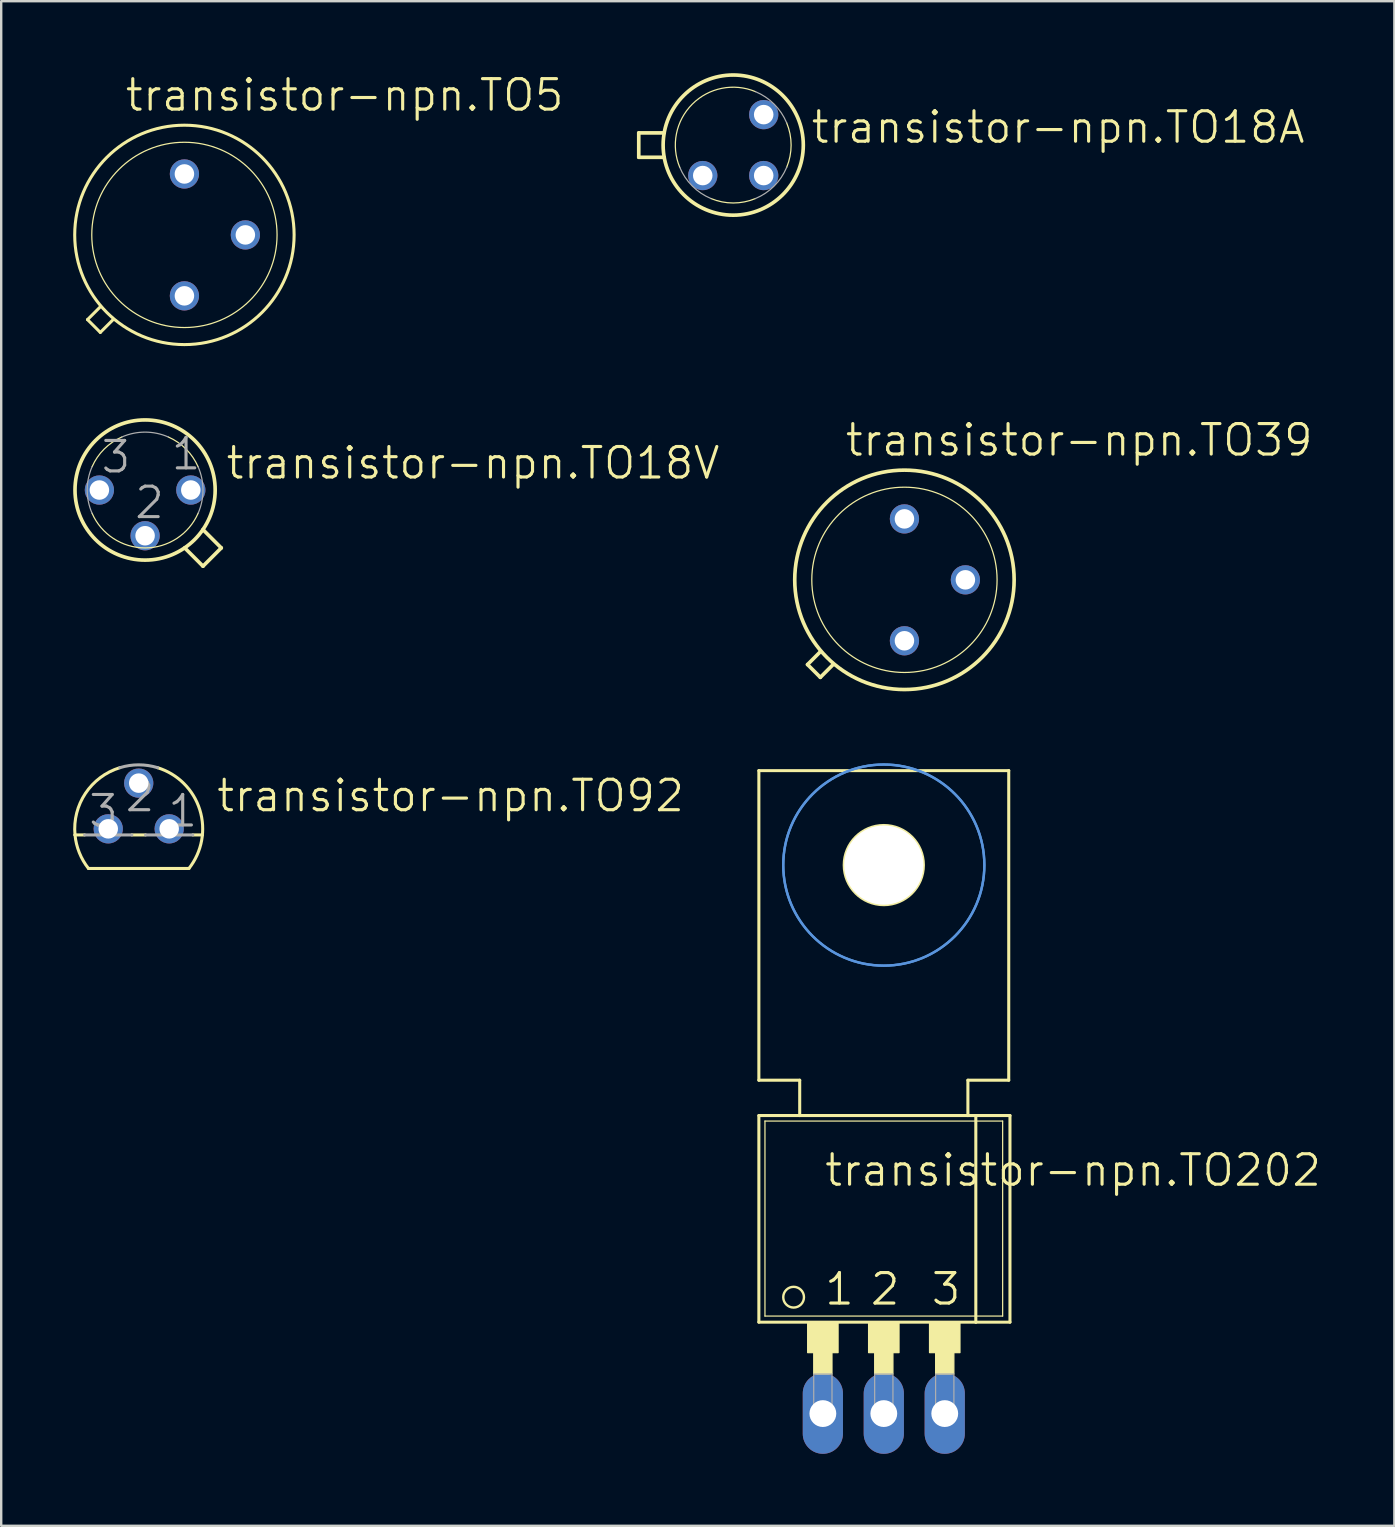
<source format=kicad_pcb>
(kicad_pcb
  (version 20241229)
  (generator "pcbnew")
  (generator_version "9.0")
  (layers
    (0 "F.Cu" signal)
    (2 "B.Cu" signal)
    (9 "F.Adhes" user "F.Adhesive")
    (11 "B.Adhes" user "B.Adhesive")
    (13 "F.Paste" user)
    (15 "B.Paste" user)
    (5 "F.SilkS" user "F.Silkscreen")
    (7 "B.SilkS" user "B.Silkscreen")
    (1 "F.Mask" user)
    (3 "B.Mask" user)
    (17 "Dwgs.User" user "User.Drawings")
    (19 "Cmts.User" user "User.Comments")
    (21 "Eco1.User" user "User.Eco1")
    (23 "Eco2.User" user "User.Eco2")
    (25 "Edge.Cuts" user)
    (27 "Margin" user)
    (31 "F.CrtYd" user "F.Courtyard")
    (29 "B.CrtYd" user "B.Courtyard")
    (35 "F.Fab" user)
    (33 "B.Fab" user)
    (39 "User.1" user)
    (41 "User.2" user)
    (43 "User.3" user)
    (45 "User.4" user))
  (footprint "transistor-npn.TO5"
    (layer "F.Cu")
    (at 4.636 6.74)
    (property "Reference" "transistor-npn.TO5" (at -2.54 -5.08 0) (layer "F.SilkS") (effects (font (size 1.27 1.27) (thickness 0.13)) (justify left bottom)))
    (attr through_hole)
    (fp_line (start -4.039 3.531) (end -3.505 2.997) (stroke (width 0.127) (type default)) (layer "F.SilkS"))
    (fp_line (start -3.505 4.064) (end -4.039 3.531) (stroke (width 0.127) (type default)) (layer "F.SilkS"))
    (fp_line (start -2.972 3.531) (end -3.505 4.064) (stroke (width 0.127) (type default)) (layer "F.SilkS"))
    (fp_circle (center 0 0) (end 3.861 0) (stroke (width 0.051) (type default)) (fill no) (layer "F.SilkS"))
    (fp_circle (center 0 0) (end 4.572 0) (stroke (width 0.127) (type default)) (fill no) (layer "F.SilkS"))
    (pad "1" thru_hole circle (at 0 2.54) (size 1.219 1.219) (drill 0.813) (layers "*.Cu" "*.Mask"))
    (pad "2" thru_hole circle (at 2.54 0) (size 1.219 1.219) (drill 0.813) (layers "*.Cu" "*.Mask"))
    (pad "3" thru_hole circle (at 0 -2.54) (size 1.219 1.219) (drill 0.813) (layers "*.Cu" "*.Mask")))
  (footprint "transistor-npn.TO202"
    (layer "F.Cu")
    (at 33.785 50.785)
    (property "Reference" "transistor-npn.TO202" (at -2.54 -4.318 0) (layer "F.SilkS") (effects (font (size 1.27 1.27) (thickness 0.13)) (justify left bottom)))
    (attr through_hole)
    (fp_line (start -5.207 -21.717) (end -5.207 -8.814) (stroke (width 0.127) (type default)) (layer "F.SilkS"))
    (fp_line (start -5.207 -7.341) (end -3.505 -7.341) (stroke (width 0.127) (type default)) (layer "F.SilkS"))
    (fp_line (start -5.207 1.27) (end -5.207 -7.341) (stroke (width 0.127) (type default)) (layer "F.SilkS"))
    (fp_line (start -5.207 1.27) (end 3.835 1.27) (stroke (width 0.127) (type default)) (layer "F.SilkS"))
    (fp_line (start -4.953 1.016) (end -4.953 -7.112) (stroke (width 0.051) (type default)) (layer "F.SilkS"))
    (fp_line (start -4.953 1.016) (end 4.953 1.016) (stroke (width 0.051) (type default)) (layer "F.SilkS"))
    (fp_line (start -3.505 -8.814) (end -5.207 -8.814) (stroke (width 0.127) (type default)) (layer "F.SilkS"))
    (fp_line (start -3.505 -7.341) (end -3.505 -8.814) (stroke (width 0.127) (type default)) (layer "F.SilkS"))
    (fp_line (start -3.505 -7.341) (end 3.505 -7.341) (stroke (width 0.127) (type default)) (layer "F.SilkS"))
    (fp_line (start 3.505 -8.814) (end 3.505 -7.341) (stroke (width 0.127) (type default)) (layer "F.SilkS"))
    (fp_line (start 3.505 -7.341) (end 3.835 -7.341) (stroke (width 0.127) (type default)) (layer "F.SilkS"))
    (fp_line (start 3.835 -7.341) (end 5.258 -7.341) (stroke (width 0.127) (type default)) (layer "F.SilkS"))
    (fp_line (start 3.835 1.27) (end 3.835 -7.341) (stroke (width 0.127) (type default)) (layer "F.SilkS"))
    (fp_line (start 3.835 1.27) (end 5.258 1.27) (stroke (width 0.127) (type default)) (layer "F.SilkS"))
    (fp_line (start 4.953 -7.112) (end -4.953 -7.112) (stroke (width 0.051) (type default)) (layer "F.SilkS"))
    (fp_line (start 4.953 -7.112) (end 4.953 1.016) (stroke (width 0.051) (type default)) (layer "F.SilkS"))
    (fp_line (start 5.207 -21.717) (end -5.207 -21.717) (stroke (width 0.127) (type default)) (layer "F.SilkS"))
    (fp_line (start 5.207 -21.717) (end 5.207 -8.814) (stroke (width 0.127) (type default)) (layer "F.SilkS"))
    (fp_line (start 5.207 -8.814) (end 3.505 -8.814) (stroke (width 0.127) (type default)) (layer "F.SilkS"))
    (fp_line (start 5.258 1.27) (end 5.258 -7.341) (stroke (width 0.127) (type default)) (layer "F.SilkS"))
    (fp_rect (start -3.175 2.54) (end -1.905 1.27) (stroke (width 0.05) (type default)) (fill yes) (layer "F.SilkS"))
    (fp_rect (start -2.921 3.429) (end -2.159 2.54) (stroke (width 0.05) (type default)) (fill yes) (layer "F.SilkS"))
    (fp_rect (start -0.635 2.54) (end 0.635 1.27) (stroke (width 0.05) (type default)) (fill yes) (layer "F.SilkS"))
    (fp_rect (start -0.381 3.429) (end 0.381 2.54) (stroke (width 0.05) (type default)) (fill yes) (layer "F.SilkS"))
    (fp_rect (start 1.905 2.54) (end 3.175 1.27) (stroke (width 0.05) (type default)) (fill yes) (layer "F.SilkS"))
    (fp_rect (start 2.159 3.429) (end 2.921 2.54) (stroke (width 0.05) (type default)) (fill yes) (layer "F.SilkS"))
    (fp_circle (center -3.759 0.229) (end -3.327 0.229) (stroke (width 0.1) (type default)) (fill no) (layer "F.SilkS"))
    (fp_circle (center 0 -17.78) (end 1.651 -17.78) (stroke (width 0.127) (type default)) (fill no) (layer "F.SilkS"))
    (fp_circle (center 0 -17.78) (end 4.191 -17.78) (stroke (width 0.1) (type default)) (fill no) (layer "Cmts.User"))
    (fp_circle (center 0 -17.78) (end 4.191 -17.78) (stroke (width 0.1) (type default)) (fill no) (layer "Cmts.User"))
    (fp_rect (start -2.921 5.08) (end -2.159 3.429) (stroke (width 0.05) (type default)) (fill no) (layer "F.Fab"))
    (fp_rect (start -0.381 5.08) (end 0.381 3.429) (stroke (width 0.05) (type default)) (fill no) (layer "F.Fab"))
    (fp_rect (start 2.159 5.08) (end 2.921 3.429) (stroke (width 0.05) (type default)) (fill no) (layer "F.Fab"))
    (fp_text user "3" (at 1.905 0.635 0) (layer "F.SilkS") (effects (font (size 1.27 1.27) (thickness 0.13)) (justify left bottom)))
    (fp_text user "1" (at -2.54 0.635 0) (layer "F.SilkS") (effects (font (size 1.27 1.27) (thickness 0.13)) (justify left bottom)))
    (fp_text user "2" (at -0.635 0.635 0) (layer "F.SilkS") (effects (font (size 1.27 1.27) (thickness 0.13)) (justify left bottom)))
    (pad "" np_thru_hole circle (at 0 -17.78) (size 3.302 3.302) (drill 3.302) (layers "*.Cu" "*.Mask"))
    (pad "1" thru_hole oval (at -2.54 5.08 90) (size 3.353 1.676) (drill 1.118) (layers "*.Cu" "*.Mask"))
    (pad "2" thru_hole oval (at 0 5.08 90) (size 3.353 1.676) (drill 1.118) (layers "*.Cu" "*.Mask"))
    (pad "3" thru_hole oval (at 2.54 5.08 90) (size 3.353 1.676) (drill 1.118) (layers "*.Cu" "*.Mask")))
  (footprint "transistor-npn.TO18A"
    (layer "F.Cu")
    (at 27.509 2.997)
    (property "Reference" "transistor-npn.TO18A" (at 3.175 0 0) (layer "F.SilkS") (effects (font (size 1.27 1.27) (thickness 0.13)) (justify left bottom)))
    (attr through_hole)
    (fp_line (start -3.937 -0.508) (end -2.877 -0.508) (stroke (width 0.152) (type default)) (layer "F.SilkS"))
    (fp_line (start -3.937 0.508) (end -3.937 -0.508) (stroke (width 0.152) (type default)) (layer "F.SilkS"))
    (fp_line (start -3.937 0.508) (end -2.877 0.508) (stroke (width 0.152) (type default)) (layer "F.SilkS"))
    (fp_arc (start -2.227 0.9289) (mid -1.706187 -1.706287) (end 0.929 -2.2271) (stroke (width 0.0508) (type default)) (layer "F.SilkS"))
    (fp_arc (start 0.9289 2.227) (mid 0 2.412962) (end -0.9289 2.227) (stroke (width 0.0508) (type default)) (layer "F.SilkS"))
    (fp_arc (start 2.227 -0.9289) (mid 2.412962 0) (end 2.227 0.9289) (stroke (width 0.0508) (type default)) (layer "F.SilkS"))
    (fp_circle (center 0 0) (end 2.921 0) (stroke (width 0.152) (type default)) (fill no) (layer "F.SilkS"))
    (fp_arc (start -0.9289 2.227) (mid -1.706222 1.706222) (end -2.227 0.9289) (stroke (width 0.0508) (type default)) (layer "F.Fab"))
    (fp_arc (start 0.9289 -2.227) (mid 1.706222 -1.706222) (end 2.227 -0.9289) (stroke (width 0.0508) (type default)) (layer "F.Fab"))
    (fp_arc (start 2.227 0.9289) (mid 1.706222 1.706222) (end 0.9289 2.227) (stroke (width 0.0508) (type default)) (layer "F.Fab"))
    (pad "B" thru_hole circle (at 1.27 1.27) (size 1.219 1.219) (drill 0.813) (layers "*.Cu" "*.Mask"))
    (pad "C" thru_hole circle (at 1.27 -1.27) (size 1.219 1.219) (drill 0.813) (layers "*.Cu" "*.Mask"))
    (pad "E" thru_hole circle (at -1.27 1.27) (size 1.219 1.219) (drill 0.813) (layers "*.Cu" "*.Mask")))
  (footprint "transistor-npn.TO18V"
    (layer "F.Cu")
    (at 2.997 17.373)
    (property "Reference" "transistor-npn.TO18V" (at 3.302 -0.381 0) (layer "F.SilkS") (effects (font (size 1.27 1.27) (thickness 0.13)) (justify left bottom)))
    (attr through_hole)
    (fp_line (start 1.649 2.411) (end 2.413 3.175) (stroke (width 0.152) (type default)) (layer "F.SilkS"))
    (fp_line (start 2.411 1.649) (end 3.175 2.413) (stroke (width 0.152) (type default)) (layer "F.SilkS"))
    (fp_line (start 2.413 3.175) (end 3.175 2.413) (stroke (width 0.152) (type default)) (layer "F.SilkS"))
    (fp_arc (start -2.2098 -0.9693) (mid -1.706276 -1.706276) (end -0.9693 -2.2098) (stroke (width 0.0508) (type default)) (layer "F.SilkS"))
    (fp_arc (start 0.9693 -2.2098) (mid 1.706276 -1.706276) (end 2.2098 -0.9693) (stroke (width 0.0508) (type default)) (layer "F.SilkS"))
    (fp_arc (start 2.2098 0.9693) (mid 0 2.41304) (end -2.2098 0.9693) (stroke (width 0.0508) (type default)) (layer "F.SilkS"))
    (fp_circle (center 0 0) (end 2.921 0) (stroke (width 0.152) (type default)) (fill no) (layer "F.SilkS"))
    (fp_arc (start -2.2098 0.9693) (mid -2.413039 0) (end -2.2098 -0.9693) (stroke (width 0.0508) (type default)) (layer "F.Fab"))
    (fp_arc (start -0.9693 -2.2098) (mid 0 -2.413039) (end 0.9693 -2.2098) (stroke (width 0.0508) (type default)) (layer "F.Fab"))
    (fp_arc (start 2.2098 -0.9693) (mid 2.413039 0) (end 2.2098 0.9693) (stroke (width 0.0508) (type default)) (layer "F.Fab"))
    (fp_text user "1" (at 1.016 -0.762 0) (layer "F.Fab") (effects (font (size 1.27 1.27) (thickness 0.13)) (justify left bottom)))
    (fp_text user "2" (at -0.508 1.27 0) (layer "F.Fab") (effects (font (size 1.27 1.27) (thickness 0.13)) (justify left bottom)))
    (fp_text user "3" (at -1.905 -0.635 0) (layer "F.Fab") (effects (font (size 1.27 1.27) (thickness 0.13)) (justify left bottom)))
    (pad "1" thru_hole circle (at 1.905 0) (size 1.219 1.219) (drill 0.813) (layers "*.Cu" "*.Mask"))
    (pad "2" thru_hole circle (at 0 1.905) (size 1.219 1.219) (drill 0.813) (layers "*.Cu" "*.Mask"))
    (pad "3" thru_hole circle (at -1.905 0) (size 1.219 1.219) (drill 0.813) (layers "*.Cu" "*.Mask")))
  (footprint "transistor-npn.TO92"
    (layer "F.Cu")
    (at 2.731 31.494)
    (property "Reference" "transistor-npn.TO92" (at 3.175 -0.635 0) (layer "F.SilkS") (effects (font (size 1.27 1.27) (thickness 0.13)) (justify left bottom)))
    (attr through_hole)
    (fp_line (start -2.655 0.254) (end -2.254 0.254) (stroke (width 0.127) (type default)) (layer "F.SilkS"))
    (fp_line (start -2.095 1.651) (end 2.095 1.651) (stroke (width 0.127) (type default)) (layer "F.SilkS"))
    (fp_line (start -0.286 0.254) (end 0.286 0.254) (stroke (width 0.127) (type default)) (layer "F.SilkS"))
    (fp_line (start 2.254 0.254) (end 2.655 0.254) (stroke (width 0.127) (type default)) (layer "F.SilkS"))
    (fp_arc (start -2.6549 0.254) (mid -2.219001 -1.479565) (end -0.7863 -2.5485) (stroke (width 0.127) (type default)) (layer "F.SilkS"))
    (fp_arc (start -2.0946 1.651) (mid -2.475346 0.992847) (end -2.6549 0.254) (stroke (width 0.127) (type default)) (layer "F.SilkS"))
    (fp_arc (start 0.7863 -2.5484) (mid 2.546276 -0.793203) (end 2.0945 1.651) (stroke (width 0.127) (type default)) (layer "F.SilkS"))
    (fp_line (start -2.254 0.254) (end -0.286 0.254) (stroke (width 0.127) (type default)) (layer "F.Fab"))
    (fp_line (start 0.286 0.254) (end 2.254 0.254) (stroke (width 0.127) (type default)) (layer "F.Fab"))
    (fp_arc (start -0.7863 -2.5485) (mid 0 -2.667043) (end 0.7863 -2.5485) (stroke (width 0.127) (type default)) (layer "F.Fab"))
    (fp_text user "3" (at -2.159 0 0) (layer "F.Fab") (effects (font (size 1.27 1.27) (thickness 0.13)) (justify left bottom)))
    (fp_text user "1" (at 1.143 0 0) (layer "F.Fab") (effects (font (size 1.27 1.27) (thickness 0.13)) (justify left bottom)))
    (fp_text user "2" (at -0.635 -0.635 0) (layer "F.Fab") (effects (font (size 1.27 1.27) (thickness 0.13)) (justify left bottom)))
    (pad "1" thru_hole circle (at 1.27 0) (size 1.219 1.219) (drill 0.813) (layers "*.Cu" "*.Mask"))
    (pad "2" thru_hole circle (at 0 -1.905) (size 1.219 1.219) (drill 0.813) (layers "*.Cu" "*.Mask"))
    (pad "3" thru_hole circle (at -1.27 0) (size 1.219 1.219) (drill 0.813) (layers "*.Cu" "*.Mask")))
  (footprint "transistor-npn.TO39"
    (layer "F.Cu")
    (at 34.645 21.116)
    (property "Reference" "transistor-npn.TO39" (at -2.54 -5.08 0) (layer "F.SilkS") (effects (font (size 1.27 1.27) (thickness 0.13)) (justify left bottom)))
    (attr through_hole)
    (fp_line (start -4.039 3.531) (end -3.505 2.997) (stroke (width 0.152) (type default)) (layer "F.SilkS"))
    (fp_line (start -3.505 4.064) (end -4.039 3.531) (stroke (width 0.152) (type default)) (layer "F.SilkS"))
    (fp_line (start -2.972 3.531) (end -3.505 4.064) (stroke (width 0.152) (type default)) (layer "F.SilkS"))
    (fp_circle (center 0 0) (end 3.861 0) (stroke (width 0.051) (type default)) (fill no) (layer "F.SilkS"))
    (fp_circle (center 0 0) (end 4.572 0) (stroke (width 0.152) (type default)) (fill no) (layer "F.SilkS"))
    (pad "1" thru_hole circle (at 0 2.54) (size 1.219 1.219) (drill 0.813) (layers "*.Cu" "*.Mask"))
    (pad "2" thru_hole circle (at 2.54 0) (size 1.219 1.219) (drill 0.813) (layers "*.Cu" "*.Mask"))
    (pad "3" thru_hole circle (at 0 -2.54) (size 1.219 1.219) (drill 0.813) (layers "*.Cu" "*.Mask")))
  (gr_rect
    (start -3 -3)
    (end 55.064 60.541)
    (stroke (width 0.1) (type default))
    (fill no)
    (layer "Edge.Cuts")))
</source>
